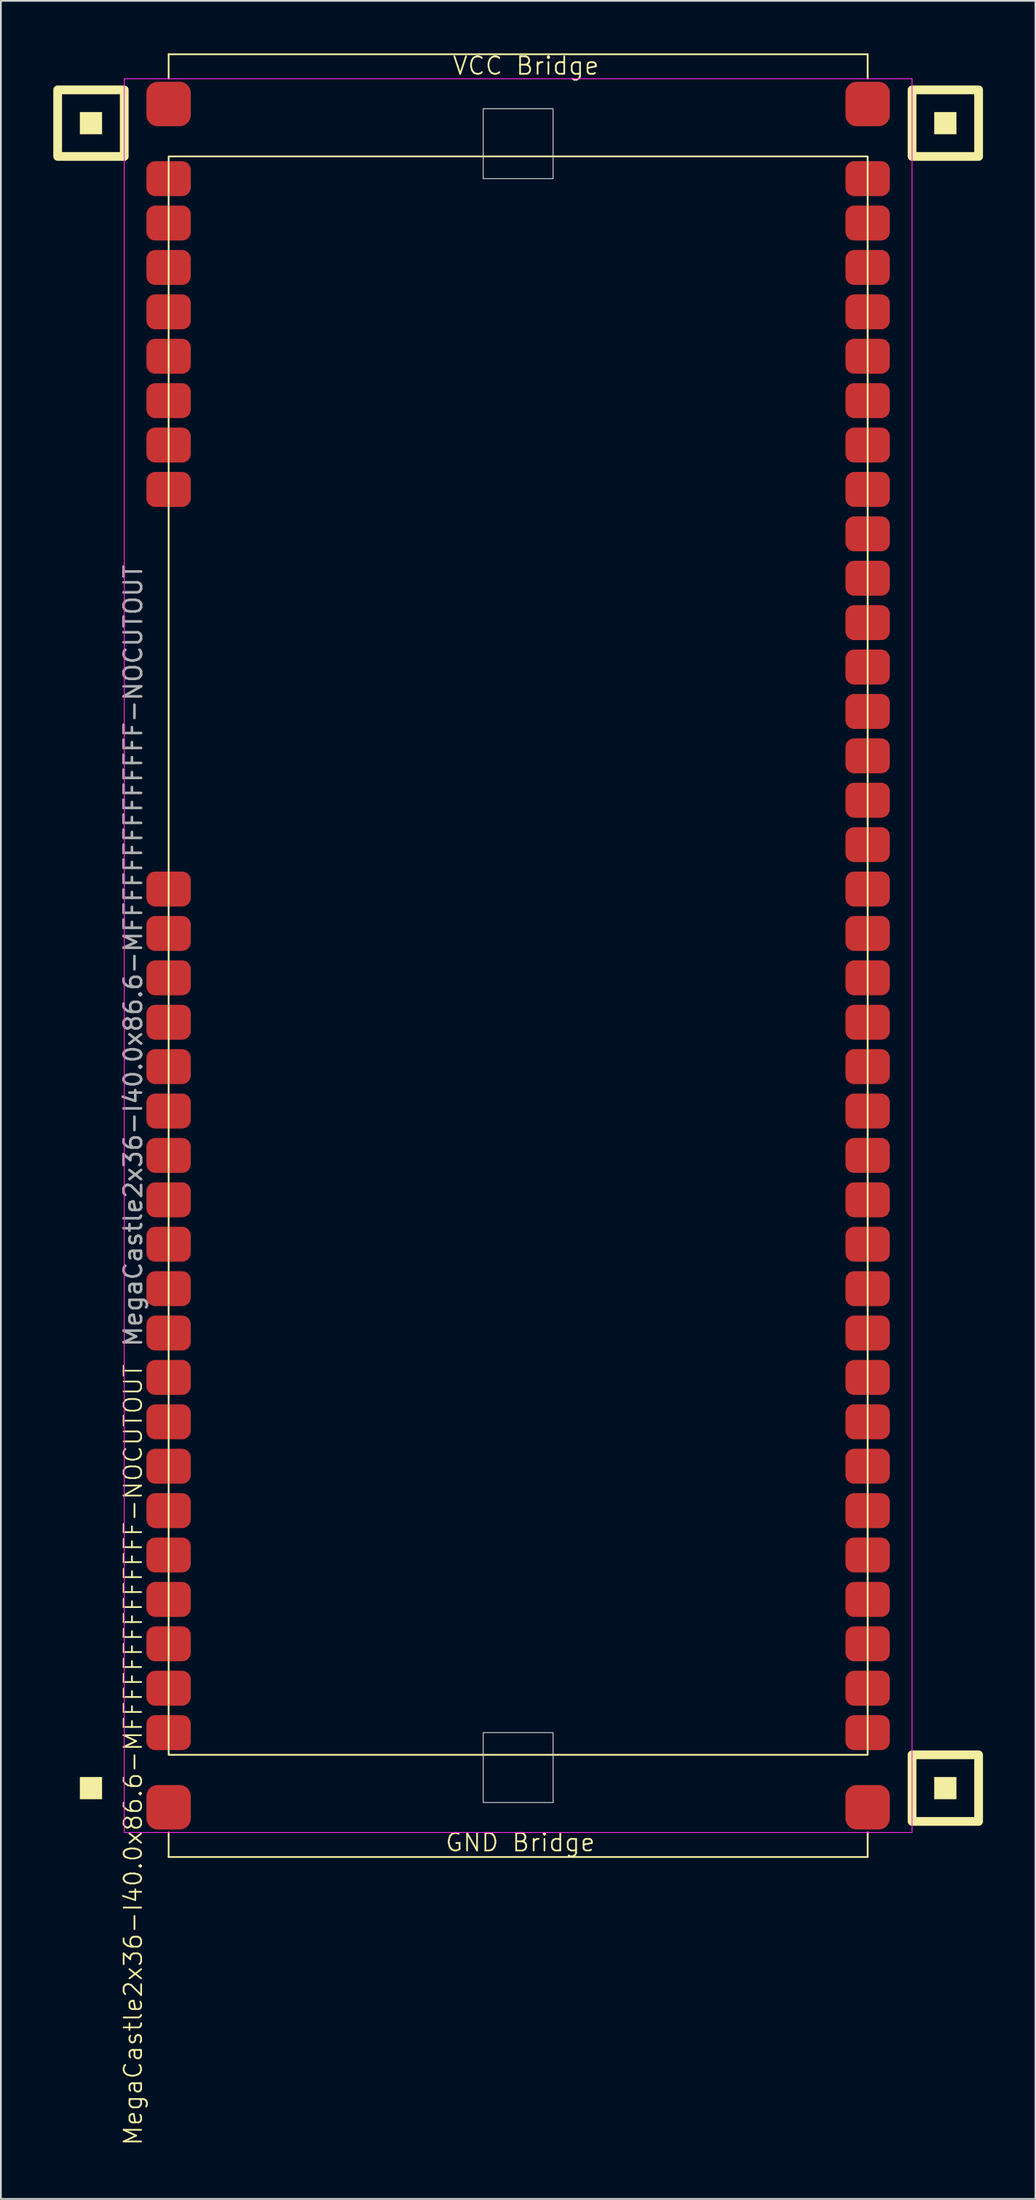
<source format=kicad_pcb>
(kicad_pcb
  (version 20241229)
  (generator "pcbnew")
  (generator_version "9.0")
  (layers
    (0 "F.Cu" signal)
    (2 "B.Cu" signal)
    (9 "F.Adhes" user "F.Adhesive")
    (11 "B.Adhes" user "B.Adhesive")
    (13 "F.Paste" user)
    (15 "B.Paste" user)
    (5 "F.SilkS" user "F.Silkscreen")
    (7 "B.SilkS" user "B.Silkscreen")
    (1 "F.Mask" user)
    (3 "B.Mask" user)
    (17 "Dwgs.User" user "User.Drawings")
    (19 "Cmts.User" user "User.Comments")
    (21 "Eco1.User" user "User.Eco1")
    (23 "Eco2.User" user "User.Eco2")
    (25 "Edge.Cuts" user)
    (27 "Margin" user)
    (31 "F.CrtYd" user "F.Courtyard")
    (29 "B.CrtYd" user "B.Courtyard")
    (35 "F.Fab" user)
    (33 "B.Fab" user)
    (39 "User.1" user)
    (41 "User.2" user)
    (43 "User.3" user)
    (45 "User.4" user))
  (footprint "MegaCastle2x36-I40.0x86.6-MFFFFFFFFFFFFFF-NOCUTOUT"
    (layer "F.Cu")
    (at 26.6 51.62)
    (property "Reference" "MegaCastle2x36-I40.0x86.6-MFFFFFFFFFFFFFF-NOCUTOUT" (at -22.032 45.72 90) (unlocked yes) (layer "F.SilkS") (effects (font (size 1 1) (thickness 0.1))))
    (attr smd)
    (fp_line (start -20 -51.565) (end 20 -51.565) (stroke (width 0.1) (type default)) (layer "F.SilkS"))
    (fp_line (start -20 -50.165) (end -20 -51.565) (stroke (width 0.1) (type default)) (layer "F.SilkS"))
    (fp_line (start -20 50.165) (end -20 51.565) (stroke (width 0.1) (type default)) (layer "F.SilkS"))
    (fp_line (start -20 51.565) (end 20 51.565) (stroke (width 0.1) (type default)) (layer "F.SilkS"))
    (fp_line (start 20 -50.165) (end 20 -51.565) (stroke (width 0.1) (type default)) (layer "F.SilkS"))
    (fp_line (start 20 50.165) (end 20 51.565) (stroke (width 0.1) (type default)) (layer "F.SilkS"))
    (fp_rect (start -23.81 -46.99) (end -25.08 -48.26) (stroke (width 0) (type solid)) (fill yes) (layer "F.SilkS"))
    (fp_rect (start -23.81 48.26) (end -25.08 46.99) (stroke (width 0) (type solid)) (fill yes) (layer "F.SilkS"))
    (fp_rect (start -22.54 -45.72) (end -26.35 -49.53) (stroke (width 0.5) (type default)) (fill no) (layer "F.SilkS"))
    (fp_rect (start -20 -45.72) (end 20 45.72) (stroke (width 0.1) (type default)) (fill no) (layer "F.SilkS"))
    (fp_rect (start 25.08 -46.99) (end 23.81 -48.26) (stroke (width 0) (type solid)) (fill yes) (layer "F.SilkS"))
    (fp_rect (start 25.08 48.26) (end 23.81 46.99) (stroke (width 0) (type solid)) (fill yes) (layer "F.SilkS"))
    (fp_rect (start 26.35 -45.72) (end 22.54 -49.53) (stroke (width 0.5) (type default)) (fill no) (layer "F.SilkS"))
    (fp_rect (start 26.35 49.53) (end 22.54 45.72) (stroke (width 0.5) (type default)) (fill no) (layer "F.SilkS"))
    (fp_rect (start -2 -44.45) (end 2 -48.45) (stroke (width 0.05) (type default)) (fill no) (layer "Edge.Cuts"))
    (fp_rect (start -2 44.45) (end 2 48.45) (stroke (width 0.05) (type default)) (fill no) (layer "Edge.Cuts"))
    (fp_line (start -22.54 -50.165) (end -22.54 50.165) (stroke (width 0.05) (type default)) (layer "F.CrtYd"))
    (fp_line (start -22.54 50.165) (end 22.54 50.165) (stroke (width 0.05) (type default)) (layer "F.CrtYd"))
    (fp_line (start 22.54 -50.165) (end -22.54 -50.165) (stroke (width 0.05) (type default)) (layer "F.CrtYd"))
    (fp_line (start 22.54 -50.165) (end 22.54 50.165) (stroke (width 0.05) (type default)) (layer "F.CrtYd"))
    (fp_text user "VCC Bridge" (at -3.81 -50.32 0) (unlocked yes) (layer "F.SilkS") (effects (font (size 1 1) (thickness 0.1)) (justify left bottom)))
    (fp_text user "GND Bridge" (at -4.226 51.32 0) (unlocked yes) (layer "F.SilkS") (effects (font (size 1 1) (thickness 0.1)) (justify left bottom)))
    (fp_text user "${REFERENCE}" (at -22.032 0 90) (unlocked yes) (layer "F.Fab") (effects (font (size 1 1) (thickness 0.15))))
    (pad "1" smd roundrect (at -20 -44.45) (size 2.54 2) (layers "F.Cu" "F.Mask" "F.Paste") (roundrect_rratio 0.25))
    (pad "2" smd roundrect (at -20 -41.91) (size 2.54 2) (layers "F.Cu" "F.Mask" "F.Paste") (roundrect_rratio 0.25))
    (pad "3" smd roundrect (at -20 -39.37) (size 2.54 2) (layers "F.Cu" "F.Mask" "F.Paste") (roundrect_rratio 0.25))
    (pad "4" smd roundrect (at -20 -36.83) (size 2.54 2) (layers "F.Cu" "F.Mask" "F.Paste") (roundrect_rratio 0.25))
    (pad "5" smd roundrect (at -20 -34.29) (size 2.54 2) (layers "F.Cu" "F.Mask" "F.Paste") (roundrect_rratio 0.25))
    (pad "6" smd roundrect (at -20 -31.75) (size 2.54 2) (layers "F.Cu" "F.Mask" "F.Paste") (roundrect_rratio 0.25))
    (pad "7" smd roundrect (at -20 -29.21) (size 2.54 2) (layers "F.Cu" "F.Mask" "F.Paste") (roundrect_rratio 0.25))
    (pad "8" smd roundrect (at -20 -26.67) (size 2.54 2) (layers "F.Cu" "F.Mask" "F.Paste") (roundrect_rratio 0.25))
    (pad "17" smd roundrect (at -20 -3.81) (size 2.54 2) (layers "F.Cu" "F.Mask" "F.Paste") (roundrect_rratio 0.25))
    (pad "18" smd roundrect (at -20 -1.27) (size 2.54 2) (layers "F.Cu" "F.Mask" "F.Paste") (roundrect_rratio 0.25))
    (pad "19" smd roundrect (at -20 1.27) (size 2.54 2) (layers "F.Cu" "F.Mask" "F.Paste") (roundrect_rratio 0.25))
    (pad "20" smd roundrect (at -20 3.81) (size 2.54 2) (layers "F.Cu" "F.Mask" "F.Paste") (roundrect_rratio 0.25))
    (pad "21" smd roundrect (at -20 6.35) (size 2.54 2) (layers "F.Cu" "F.Mask" "F.Paste") (roundrect_rratio 0.25))
    (pad "22" smd roundrect (at -20 8.89) (size 2.54 2) (layers "F.Cu" "F.Mask" "F.Paste") (roundrect_rratio 0.25))
    (pad "23" smd roundrect (at -20 11.43) (size 2.54 2) (layers "F.Cu" "F.Mask" "F.Paste") (roundrect_rratio 0.25))
    (pad "24" smd roundrect (at -20 13.97) (size 2.54 2) (layers "F.Cu" "F.Mask" "F.Paste") (roundrect_rratio 0.25))
    (pad "25" smd roundrect (at -20 16.51) (size 2.54 2) (layers "F.Cu" "F.Mask" "F.Paste") (roundrect_rratio 0.25))
    (pad "26" smd roundrect (at -20 19.05) (size 2.54 2) (layers "F.Cu" "F.Mask" "F.Paste") (roundrect_rratio 0.25))
    (pad "27" smd roundrect (at -20 21.59) (size 2.54 2) (layers "F.Cu" "F.Mask" "F.Paste") (roundrect_rratio 0.25))
    (pad "28" smd roundrect (at -20 24.13) (size 2.54 2) (layers "F.Cu" "F.Mask" "F.Paste") (roundrect_rratio 0.25))
    (pad "29" smd roundrect (at -20 26.67) (size 2.54 2) (layers "F.Cu" "F.Mask" "F.Paste") (roundrect_rratio 0.25))
    (pad "30" smd roundrect (at -20 29.21) (size 2.54 2) (layers "F.Cu" "F.Mask" "F.Paste") (roundrect_rratio 0.25))
    (pad "31" smd roundrect (at -20 31.75) (size 2.54 2) (layers "F.Cu" "F.Mask" "F.Paste") (roundrect_rratio 0.25))
    (pad "32" smd roundrect (at -20 34.29) (size 2.54 2) (layers "F.Cu" "F.Mask" "F.Paste") (roundrect_rratio 0.25))
    (pad "33" smd roundrect (at -20 36.83) (size 2.54 2) (layers "F.Cu" "F.Mask" "F.Paste") (roundrect_rratio 0.25))
    (pad "34" smd roundrect (at -20 39.37) (size 2.54 2) (layers "F.Cu" "F.Mask" "F.Paste") (roundrect_rratio 0.25))
    (pad "35" smd roundrect (at -20 41.91) (size 2.54 2) (layers "F.Cu" "F.Mask" "F.Paste") (roundrect_rratio 0.25))
    (pad "36" smd roundrect (at -20 44.45) (size 2.54 2) (layers "F.Cu" "F.Mask" "F.Paste") (roundrect_rratio 0.25))
    (pad "37" smd roundrect (at 20 -44.45) (size 2.54 2) (layers "F.Cu" "F.Mask" "F.Paste") (roundrect_rratio 0.25))
    (pad "38" smd roundrect (at 20 -41.91) (size 2.54 2) (layers "F.Cu" "F.Mask" "F.Paste") (roundrect_rratio 0.25))
    (pad "39" smd roundrect (at 20 -39.37) (size 2.54 2) (layers "F.Cu" "F.Mask" "F.Paste") (roundrect_rratio 0.25))
    (pad "40" smd roundrect (at 20 -36.83) (size 2.54 2) (layers "F.Cu" "F.Mask" "F.Paste") (roundrect_rratio 0.25))
    (pad "41" smd roundrect (at 20 -34.29) (size 2.54 2) (layers "F.Cu" "F.Mask" "F.Paste") (roundrect_rratio 0.25))
    (pad "42" smd roundrect (at 20 -31.75) (size 2.54 2) (layers "F.Cu" "F.Mask" "F.Paste") (roundrect_rratio 0.25))
    (pad "43" smd roundrect (at 20 -29.21) (size 2.54 2) (layers "F.Cu" "F.Mask" "F.Paste") (roundrect_rratio 0.25))
    (pad "44" smd roundrect (at 20 -26.67) (size 2.54 2) (layers "F.Cu" "F.Mask" "F.Paste") (roundrect_rratio 0.25))
    (pad "45" smd roundrect (at 20 -24.13) (size 2.54 2) (layers "F.Cu" "F.Mask" "F.Paste") (roundrect_rratio 0.25))
    (pad "46" smd roundrect (at 20 -21.59) (size 2.54 2) (layers "F.Cu" "F.Mask" "F.Paste") (roundrect_rratio 0.25))
    (pad "47" smd roundrect (at 20 -19.05) (size 2.54 2) (layers "F.Cu" "F.Mask" "F.Paste") (roundrect_rratio 0.25))
    (pad "48" smd roundrect (at 20 -16.51) (size 2.54 2) (layers "F.Cu" "F.Mask" "F.Paste") (roundrect_rratio 0.25))
    (pad "49" smd roundrect (at 20 -13.97) (size 2.54 2) (layers "F.Cu" "F.Mask" "F.Paste") (roundrect_rratio 0.25))
    (pad "50" smd roundrect (at 20 -11.43) (size 2.54 2) (layers "F.Cu" "F.Mask" "F.Paste") (roundrect_rratio 0.25))
    (pad "51" smd roundrect (at 20 -8.89) (size 2.54 2) (layers "F.Cu" "F.Mask" "F.Paste") (roundrect_rratio 0.25))
    (pad "52" smd roundrect (at 20 -6.35) (size 2.54 2) (layers "F.Cu" "F.Mask" "F.Paste") (roundrect_rratio 0.25))
    (pad "53" smd roundrect (at 20 -3.81) (size 2.54 2) (layers "F.Cu" "F.Mask" "F.Paste") (roundrect_rratio 0.25))
    (pad "54" smd roundrect (at 20 -1.27) (size 2.54 2) (layers "F.Cu" "F.Mask" "F.Paste") (roundrect_rratio 0.25))
    (pad "55" smd roundrect (at 20 1.27) (size 2.54 2) (layers "F.Cu" "F.Mask" "F.Paste") (roundrect_rratio 0.25))
    (pad "56" smd roundrect (at 20 3.81) (size 2.54 2) (layers "F.Cu" "F.Mask" "F.Paste") (roundrect_rratio 0.25))
    (pad "57" smd roundrect (at 20 6.35) (size 2.54 2) (layers "F.Cu" "F.Mask" "F.Paste") (roundrect_rratio 0.25))
    (pad "58" smd roundrect (at 20 8.89) (size 2.54 2) (layers "F.Cu" "F.Mask" "F.Paste") (roundrect_rratio 0.25))
    (pad "59" smd roundrect (at 20 11.43) (size 2.54 2) (layers "F.Cu" "F.Mask" "F.Paste") (roundrect_rratio 0.25))
    (pad "60" smd roundrect (at 20 13.97) (size 2.54 2) (layers "F.Cu" "F.Mask" "F.Paste") (roundrect_rratio 0.25))
    (pad "61" smd roundrect (at 20 16.51) (size 2.54 2) (layers "F.Cu" "F.Mask" "F.Paste") (roundrect_rratio 0.25))
    (pad "62" smd roundrect (at 20 19.05) (size 2.54 2) (layers "F.Cu" "F.Mask" "F.Paste") (roundrect_rratio 0.25))
    (pad "63" smd roundrect (at 20 21.59) (size 2.54 2) (layers "F.Cu" "F.Mask" "F.Paste") (roundrect_rratio 0.25))
    (pad "64" smd roundrect (at 20 24.13) (size 2.54 2) (layers "F.Cu" "F.Mask" "F.Paste") (roundrect_rratio 0.25))
    (pad "65" smd roundrect (at 20 26.67) (size 2.54 2) (layers "F.Cu" "F.Mask" "F.Paste") (roundrect_rratio 0.25))
    (pad "66" smd roundrect (at 20 29.21) (size 2.54 2) (layers "F.Cu" "F.Mask" "F.Paste") (roundrect_rratio 0.25))
    (pad "67" smd roundrect (at 20 31.75) (size 2.54 2) (layers "F.Cu" "F.Mask" "F.Paste") (roundrect_rratio 0.25))
    (pad "68" smd roundrect (at 20 34.29) (size 2.54 2) (layers "F.Cu" "F.Mask" "F.Paste") (roundrect_rratio 0.25))
    (pad "69" smd roundrect (at 20 36.83) (size 2.54 2) (layers "F.Cu" "F.Mask" "F.Paste") (roundrect_rratio 0.25))
    (pad "70" smd roundrect (at 20 39.37) (size 2.54 2) (layers "F.Cu" "F.Mask" "F.Paste") (roundrect_rratio 0.25))
    (pad "71" smd roundrect (at 20 41.91) (size 2.54 2) (layers "F.Cu" "F.Mask" "F.Paste") (roundrect_rratio 0.25))
    (pad "72" smd roundrect (at 20 44.45) (size 2.54 2) (layers "F.Cu" "F.Mask" "F.Paste") (roundrect_rratio 0.25))
    (pad "A1" smd roundrect (at -20 -48.72) (size 2.54 2.54) (layers "F.Cu" "F.Mask" "F.Paste") (roundrect_rratio 0.25))
    (pad "A2" smd roundrect (at 20 -48.72) (size 2.54 2.54) (layers "F.Cu" "F.Mask" "F.Paste") (roundrect_rratio 0.25))
    (pad "B1" smd roundrect (at -20 48.72) (size 2.54 2.54) (layers "F.Cu" "F.Mask" "F.Paste") (roundrect_rratio 0.25))
    (pad "B2" smd roundrect (at 20 48.72) (size 2.54 2.54) (layers "F.Cu" "F.Mask" "F.Paste") (roundrect_rratio 0.25)))
  (gr_rect
    (start -3 -3)
    (end 56.2 122.747)
    (stroke (width 0.1) (type default))
    (fill no)
    (layer "Edge.Cuts")))
</source>
